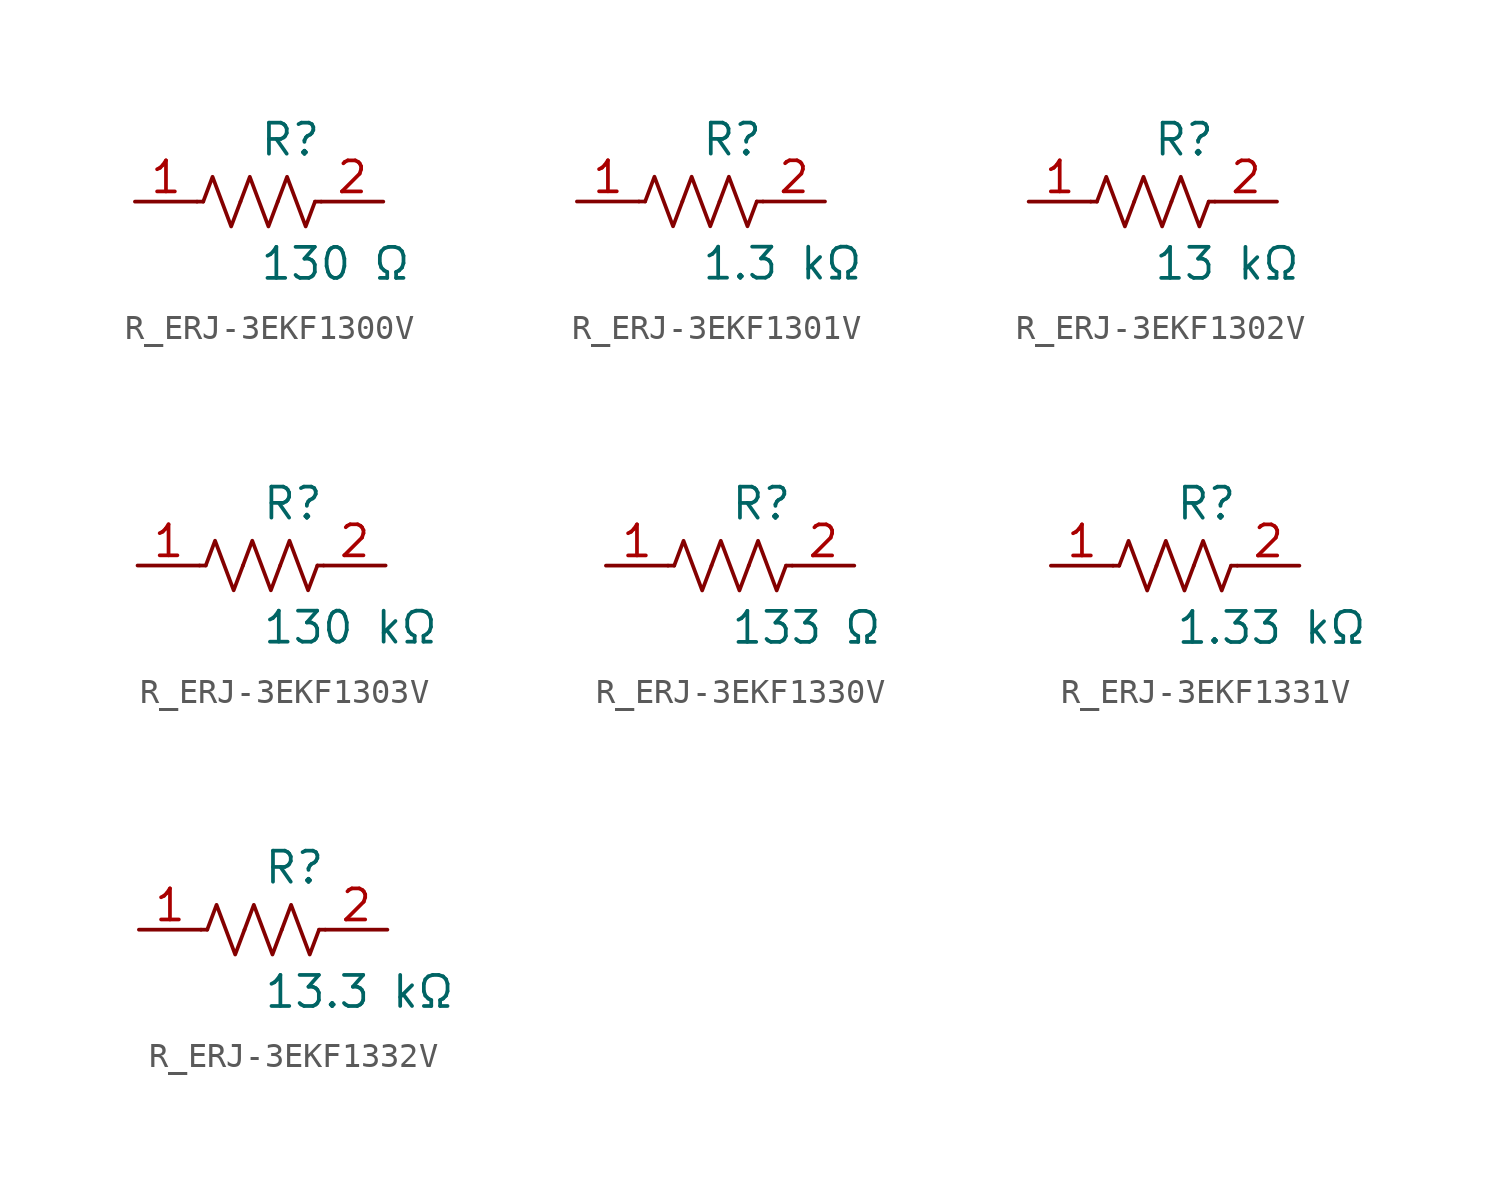
<source format=kicad_sym>
(kicad_symbol_lib
  (version 20231120)
  (generator kicad_symbol_editor)
  (generator_version 8.0)
  (symbol "R_ERJ-3EKF1300V"
    (pin_names
      (offset 0.254))
    (property "Reference" "R"
      (at 0.0 2.54 0)
      (effects (font (size 1.27 1.27)) (justify left)))
    (property "Value" "130 Ω"
      (at 0.0 -2.54 0)
      (effects (font (size 1.27 1.27)) (justify left)))
    (symbol "R_ERJ-3EKF1300V_0_1"
      (polyline (pts (xy 2.286 0) (xy 2.54 0)) (stroke (width 0) (type default)) (fill (type none)))
      (polyline (pts (xy -2.286 0) (xy -2.54 0)) (stroke (width 0) (type default)) (fill (type none)))
      (polyline (pts (xy 0.762 0) (xy 1.143 1.016) (xy 1.524 0) (xy 1.905 -1.016) (xy 2.286 0)) (stroke (width 0) (type default)) (fill (type none)))
      (polyline (pts (xy -0.762 0) (xy -0.381 1.016) (xy 0 0) (xy 0.381 -1.016) (xy 0.762 0)) (stroke (width 0) (type default)) (fill (type none)))
      (polyline (pts (xy -2.286 0) (xy -1.905 1.016) (xy -1.524 0) (xy -1.143 -1.016) (xy -0.762 0)) (stroke (width 0) (type default)) (fill (type none))))
    (pin unspecified line
      (at -5.08 0 0)
      (length 2.54)
      (name "" (effects (font (size 1.27 1.27))))
      (number "1" (effects (font (size 1.27 1.27)))))
    (pin unspecified line
      (at 5.08 0 180)
      (length 2.54)
      (name "" (effects (font (size 1.27 1.27))))
      (number "2" (effects (font (size 1.27 1.27))))))
  (symbol "R_ERJ-3EKF1301V"
    (pin_names
      (offset 0.254))
    (property "Reference" "R"
      (at 0.0 2.54 0)
      (effects (font (size 1.27 1.27)) (justify left)))
    (property "Value" "1.3 kΩ"
      (at 0.0 -2.54 0)
      (effects (font (size 1.27 1.27)) (justify left)))
    (symbol "R_ERJ-3EKF1301V_0_1"
      (polyline (pts (xy 2.286 0) (xy 2.54 0)) (stroke (width 0) (type default)) (fill (type none)))
      (polyline (pts (xy -2.286 0) (xy -2.54 0)) (stroke (width 0) (type default)) (fill (type none)))
      (polyline (pts (xy 0.762 0) (xy 1.143 1.016) (xy 1.524 0) (xy 1.905 -1.016) (xy 2.286 0)) (stroke (width 0) (type default)) (fill (type none)))
      (polyline (pts (xy -0.762 0) (xy -0.381 1.016) (xy 0 0) (xy 0.381 -1.016) (xy 0.762 0)) (stroke (width 0) (type default)) (fill (type none)))
      (polyline (pts (xy -2.286 0) (xy -1.905 1.016) (xy -1.524 0) (xy -1.143 -1.016) (xy -0.762 0)) (stroke (width 0) (type default)) (fill (type none))))
    (pin unspecified line
      (at -5.08 0 0)
      (length 2.54)
      (name "" (effects (font (size 1.27 1.27))))
      (number "1" (effects (font (size 1.27 1.27)))))
    (pin unspecified line
      (at 5.08 0 180)
      (length 2.54)
      (name "" (effects (font (size 1.27 1.27))))
      (number "2" (effects (font (size 1.27 1.27))))))
  (symbol "R_ERJ-3EKF1302V"
    (pin_names
      (offset 0.254))
    (property "Reference" "R"
      (at 0.0 2.54 0)
      (effects (font (size 1.27 1.27)) (justify left)))
    (property "Value" "13 kΩ"
      (at 0.0 -2.54 0)
      (effects (font (size 1.27 1.27)) (justify left)))
    (symbol "R_ERJ-3EKF1302V_0_1"
      (polyline (pts (xy 2.286 0) (xy 2.54 0)) (stroke (width 0) (type default)) (fill (type none)))
      (polyline (pts (xy -2.286 0) (xy -2.54 0)) (stroke (width 0) (type default)) (fill (type none)))
      (polyline (pts (xy 0.762 0) (xy 1.143 1.016) (xy 1.524 0) (xy 1.905 -1.016) (xy 2.286 0)) (stroke (width 0) (type default)) (fill (type none)))
      (polyline (pts (xy -0.762 0) (xy -0.381 1.016) (xy 0 0) (xy 0.381 -1.016) (xy 0.762 0)) (stroke (width 0) (type default)) (fill (type none)))
      (polyline (pts (xy -2.286 0) (xy -1.905 1.016) (xy -1.524 0) (xy -1.143 -1.016) (xy -0.762 0)) (stroke (width 0) (type default)) (fill (type none))))
    (pin unspecified line
      (at -5.08 0 0)
      (length 2.54)
      (name "" (effects (font (size 1.27 1.27))))
      (number "1" (effects (font (size 1.27 1.27)))))
    (pin unspecified line
      (at 5.08 0 180)
      (length 2.54)
      (name "" (effects (font (size 1.27 1.27))))
      (number "2" (effects (font (size 1.27 1.27))))))
  (symbol "R_ERJ-3EKF1303V"
    (pin_names
      (offset 0.254))
    (property "Reference" "R"
      (at 0.0 2.54 0)
      (effects (font (size 1.27 1.27)) (justify left)))
    (property "Value" "130 kΩ"
      (at 0.0 -2.54 0)
      (effects (font (size 1.27 1.27)) (justify left)))
    (symbol "R_ERJ-3EKF1303V_0_1"
      (polyline (pts (xy 2.286 0) (xy 2.54 0)) (stroke (width 0) (type default)) (fill (type none)))
      (polyline (pts (xy -2.286 0) (xy -2.54 0)) (stroke (width 0) (type default)) (fill (type none)))
      (polyline (pts (xy 0.762 0) (xy 1.143 1.016) (xy 1.524 0) (xy 1.905 -1.016) (xy 2.286 0)) (stroke (width 0) (type default)) (fill (type none)))
      (polyline (pts (xy -0.762 0) (xy -0.381 1.016) (xy 0 0) (xy 0.381 -1.016) (xy 0.762 0)) (stroke (width 0) (type default)) (fill (type none)))
      (polyline (pts (xy -2.286 0) (xy -1.905 1.016) (xy -1.524 0) (xy -1.143 -1.016) (xy -0.762 0)) (stroke (width 0) (type default)) (fill (type none))))
    (pin unspecified line
      (at -5.08 0 0)
      (length 2.54)
      (name "" (effects (font (size 1.27 1.27))))
      (number "1" (effects (font (size 1.27 1.27)))))
    (pin unspecified line
      (at 5.08 0 180)
      (length 2.54)
      (name "" (effects (font (size 1.27 1.27))))
      (number "2" (effects (font (size 1.27 1.27))))))
  (symbol "R_ERJ-3EKF1330V"
    (pin_names
      (offset 0.254))
    (property "Reference" "R"
      (at 0.0 2.54 0)
      (effects (font (size 1.27 1.27)) (justify left)))
    (property "Value" "133 Ω"
      (at 0.0 -2.54 0)
      (effects (font (size 1.27 1.27)) (justify left)))
    (symbol "R_ERJ-3EKF1330V_0_1"
      (polyline (pts (xy 2.286 0) (xy 2.54 0)) (stroke (width 0) (type default)) (fill (type none)))
      (polyline (pts (xy -2.286 0) (xy -2.54 0)) (stroke (width 0) (type default)) (fill (type none)))
      (polyline (pts (xy 0.762 0) (xy 1.143 1.016) (xy 1.524 0) (xy 1.905 -1.016) (xy 2.286 0)) (stroke (width 0) (type default)) (fill (type none)))
      (polyline (pts (xy -0.762 0) (xy -0.381 1.016) (xy 0 0) (xy 0.381 -1.016) (xy 0.762 0)) (stroke (width 0) (type default)) (fill (type none)))
      (polyline (pts (xy -2.286 0) (xy -1.905 1.016) (xy -1.524 0) (xy -1.143 -1.016) (xy -0.762 0)) (stroke (width 0) (type default)) (fill (type none))))
    (pin unspecified line
      (at -5.08 0 0)
      (length 2.54)
      (name "" (effects (font (size 1.27 1.27))))
      (number "1" (effects (font (size 1.27 1.27)))))
    (pin unspecified line
      (at 5.08 0 180)
      (length 2.54)
      (name "" (effects (font (size 1.27 1.27))))
      (number "2" (effects (font (size 1.27 1.27))))))
  (symbol "R_ERJ-3EKF1331V"
    (pin_names
      (offset 0.254))
    (property "Reference" "R"
      (at 0.0 2.54 0)
      (effects (font (size 1.27 1.27)) (justify left)))
    (property "Value" "1.33 kΩ"
      (at 0.0 -2.54 0)
      (effects (font (size 1.27 1.27)) (justify left)))
    (symbol "R_ERJ-3EKF1331V_0_1"
      (polyline (pts (xy 2.286 0) (xy 2.54 0)) (stroke (width 0) (type default)) (fill (type none)))
      (polyline (pts (xy -2.286 0) (xy -2.54 0)) (stroke (width 0) (type default)) (fill (type none)))
      (polyline (pts (xy 0.762 0) (xy 1.143 1.016) (xy 1.524 0) (xy 1.905 -1.016) (xy 2.286 0)) (stroke (width 0) (type default)) (fill (type none)))
      (polyline (pts (xy -0.762 0) (xy -0.381 1.016) (xy 0 0) (xy 0.381 -1.016) (xy 0.762 0)) (stroke (width 0) (type default)) (fill (type none)))
      (polyline (pts (xy -2.286 0) (xy -1.905 1.016) (xy -1.524 0) (xy -1.143 -1.016) (xy -0.762 0)) (stroke (width 0) (type default)) (fill (type none))))
    (pin unspecified line
      (at -5.08 0 0)
      (length 2.54)
      (name "" (effects (font (size 1.27 1.27))))
      (number "1" (effects (font (size 1.27 1.27)))))
    (pin unspecified line
      (at 5.08 0 180)
      (length 2.54)
      (name "" (effects (font (size 1.27 1.27))))
      (number "2" (effects (font (size 1.27 1.27))))))
  (symbol "R_ERJ-3EKF1332V"
    (pin_names
      (offset 0.254))
    (property "Reference" "R"
      (at 0.0 2.54 0)
      (effects (font (size 1.27 1.27)) (justify left)))
    (property "Value" "13.3 kΩ"
      (at 0.0 -2.54 0)
      (effects (font (size 1.27 1.27)) (justify left)))
    (symbol "R_ERJ-3EKF1332V_0_1"
      (polyline (pts (xy 2.286 0) (xy 2.54 0)) (stroke (width 0) (type default)) (fill (type none)))
      (polyline (pts (xy -2.286 0) (xy -2.54 0)) (stroke (width 0) (type default)) (fill (type none)))
      (polyline (pts (xy 0.762 0) (xy 1.143 1.016) (xy 1.524 0) (xy 1.905 -1.016) (xy 2.286 0)) (stroke (width 0) (type default)) (fill (type none)))
      (polyline (pts (xy -0.762 0) (xy -0.381 1.016) (xy 0 0) (xy 0.381 -1.016) (xy 0.762 0)) (stroke (width 0) (type default)) (fill (type none)))
      (polyline (pts (xy -2.286 0) (xy -1.905 1.016) (xy -1.524 0) (xy -1.143 -1.016) (xy -0.762 0)) (stroke (width 0) (type default)) (fill (type none))))
    (pin unspecified line
      (at -5.08 0 0)
      (length 2.54)
      (name "" (effects (font (size 1.27 1.27))))
      (number "1" (effects (font (size 1.27 1.27)))))
    (pin unspecified line
      (at 5.08 0 180)
      (length 2.54)
      (name "" (effects (font (size 1.27 1.27))))
      (number "2" (effects (font (size 1.27 1.27)))))))
</source>
